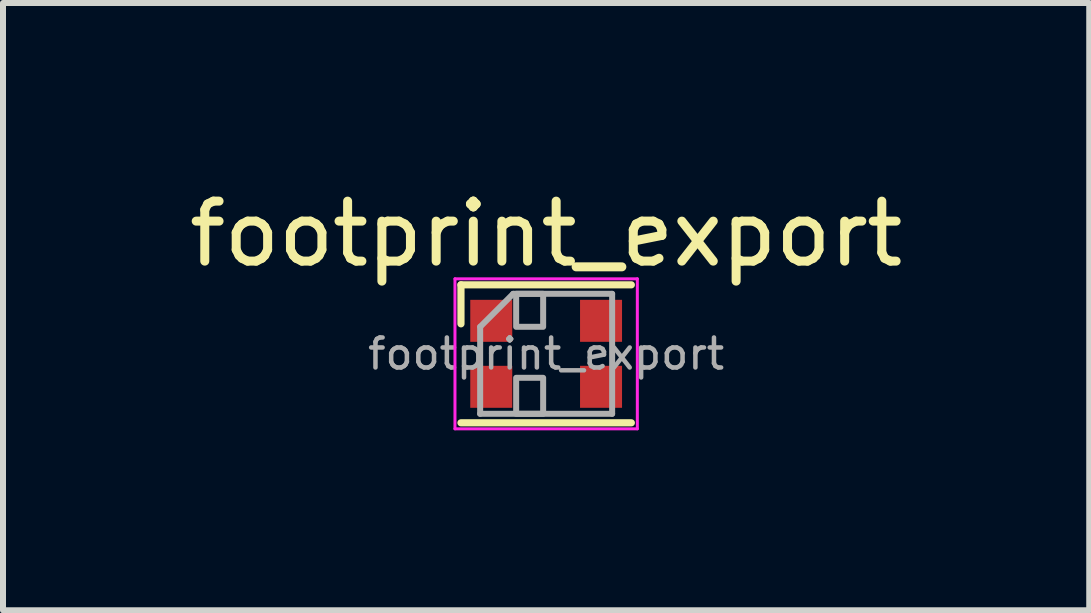
<source format=kicad_pcb>
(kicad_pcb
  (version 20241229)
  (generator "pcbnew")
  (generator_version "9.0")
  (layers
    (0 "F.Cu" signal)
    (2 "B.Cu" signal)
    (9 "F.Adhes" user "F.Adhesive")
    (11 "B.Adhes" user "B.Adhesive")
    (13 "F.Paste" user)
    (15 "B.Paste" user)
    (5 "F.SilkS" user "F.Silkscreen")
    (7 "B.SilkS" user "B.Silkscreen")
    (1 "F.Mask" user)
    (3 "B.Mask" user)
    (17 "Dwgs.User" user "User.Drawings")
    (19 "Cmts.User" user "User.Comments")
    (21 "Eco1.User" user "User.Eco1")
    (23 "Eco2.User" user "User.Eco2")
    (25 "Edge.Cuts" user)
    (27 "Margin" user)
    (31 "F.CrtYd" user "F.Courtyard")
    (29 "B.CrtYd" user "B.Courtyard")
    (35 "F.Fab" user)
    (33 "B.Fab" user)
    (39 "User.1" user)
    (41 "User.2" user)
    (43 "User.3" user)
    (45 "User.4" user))
  (footprint "footprint_export"
    (layer "F.Cu")
    (at 6.054 2.848)
    (property "Reference" "footprint_export" (at 0 -2 0) (layer "F.SilkS") (effects (font (size 1 1) (thickness 0.15))))
    (attr smd)
    (fp_line (start -1.42 -1.15) (end -1.42 -0.5) (stroke (width 0.12) (type solid)) (layer "F.SilkS"))
    (fp_line (start -1.42 -1.15) (end 1.42 -1.15) (stroke (width 0.12) (type solid)) (layer "F.SilkS"))
    (fp_line (start -1.42 1.15) (end 1.42 1.15) (stroke (width 0.12) (type solid)) (layer "F.SilkS"))
    (fp_line (start -1.52 -1.25) (end -1.52 1.25) (stroke (width 0.05) (type solid)) (layer "F.CrtYd"))
    (fp_line (start -1.52 1.25) (end 1.52 1.25) (stroke (width 0.05) (type solid)) (layer "F.CrtYd"))
    (fp_line (start 1.52 -1.25) (end -1.52 -1.25) (stroke (width 0.05) (type solid)) (layer "F.CrtYd"))
    (fp_line (start 1.52 1.25) (end 1.52 -1.25) (stroke (width 0.05) (type solid)) (layer "F.CrtYd"))
    (fp_line (start -1.1 -0.45) (end -1.1 1) (stroke (width 0.1) (type solid)) (layer "F.Fab"))
    (fp_line (start -1.1 1) (end 1.1 1) (stroke (width 0.1) (type solid)) (layer "F.Fab"))
    (fp_line (start -0.55 -1) (end -1.1 -0.45) (stroke (width 0.1) (type solid)) (layer "F.Fab"))
    (fp_line (start 1.1 -1) (end -0.55 -1) (stroke (width 0.1) (type solid)) (layer "F.Fab"))
    (fp_line (start 1.1 -1) (end 1.1 1) (stroke (width 0.1) (type solid)) (layer "F.Fab"))
    (fp_rect (start -0.5 -1) (end -0.05 -0.45) (stroke (width 0.1) (type solid)) (fill no) (layer "F.Fab"))
    (fp_rect (start -0.5 0.4) (end -0.05 1) (stroke (width 0.1) (type solid)) (fill no) (layer "F.Fab"))
    (fp_text user "${REFERENCE}" (at 0 0 0) (layer "F.Fab") (effects (font (size 0.5 0.5) (thickness 0.075))))
    (pad "1" smd rect (at -0.915 -0.55) (size 0.7 0.7) (layers "F.Cu" "F.Mask" "F.Paste"))
    (pad "2" smd rect (at -0.915 0.55) (size 0.7 0.7) (layers "F.Cu" "F.Mask" "F.Paste"))
    (pad "3" smd rect (at 0.915 0.55) (size 0.7 0.7) (layers "F.Cu" "F.Mask" "F.Paste"))
    (pad "4" smd rect (at 0.915 -0.55) (size 0.7 0.7) (layers "F.Cu" "F.Mask" "F.Paste")))
  (gr_rect
    (start -3 -3)
    (end 15.107 7.123)
    (stroke (width 0.1) (type default))
    (fill no)
    (layer "Edge.Cuts")))
</source>
